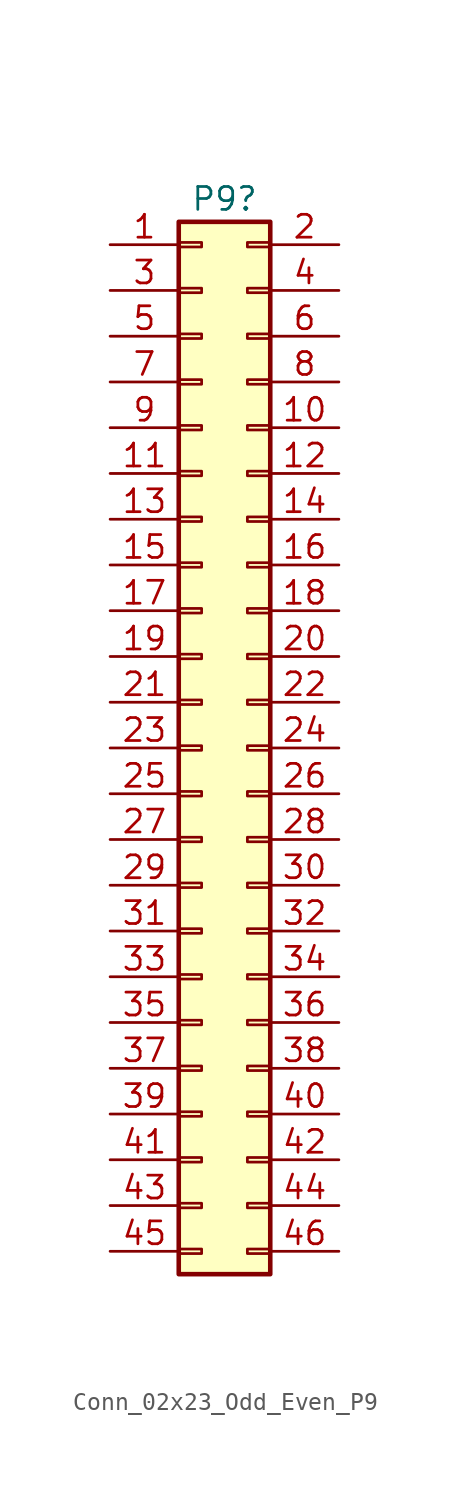
<source format=kicad_sym>
(kicad_symbol_lib
  (version 20241209)
  (generator "kicad_symbol_editor")
  (generator_version "9.0")
  (symbol "Conn_02x23_Odd_Even_P9"
    (pin_names
      (offset 1.016)
      (hide yes))
    (property "Reference" "P9"
      (at 1.27 30.48 0)
      (effects (font (size 1.27 1.27))))
    (property "Datasheet" ""
      (at 0 -21.59 0)
      (effects (font (size 1.524 1.524))))
    (symbol "Conn_02x23_Odd_Even_P9_1_1"
      (rectangle (start -1.27 29.21) (end 3.81 -29.21) (stroke (width 0.254) (type default)) (fill (type background)))
      (rectangle (start -1.27 28.067) (end 0 27.813) (stroke (width 0.152) (type default)) (fill (type none)))
      (rectangle (start -1.27 25.527) (end 0 25.273) (stroke (width 0.152) (type default)) (fill (type none)))
      (rectangle (start -1.27 22.987) (end 0 22.733) (stroke (width 0.152) (type default)) (fill (type none)))
      (rectangle (start -1.27 20.447) (end 0 20.193) (stroke (width 0.152) (type default)) (fill (type none)))
      (rectangle (start -1.27 17.907) (end 0 17.653) (stroke (width 0.152) (type default)) (fill (type none)))
      (rectangle (start -1.27 15.367) (end 0 15.113) (stroke (width 0.152) (type default)) (fill (type none)))
      (rectangle (start -1.27 12.827) (end 0 12.573) (stroke (width 0.152) (type default)) (fill (type none)))
      (rectangle (start -1.27 10.287) (end 0 10.033) (stroke (width 0.152) (type default)) (fill (type none)))
      (rectangle (start -1.27 7.747) (end 0 7.493) (stroke (width 0.152) (type default)) (fill (type none)))
      (rectangle (start -1.27 5.207) (end 0 4.953) (stroke (width 0.152) (type default)) (fill (type none)))
      (rectangle (start -1.27 2.667) (end 0 2.413) (stroke (width 0.152) (type default)) (fill (type none)))
      (rectangle (start -1.27 0.127) (end 0 -0.127) (stroke (width 0.152) (type default)) (fill (type none)))
      (rectangle (start -1.27 -2.413) (end 0 -2.667) (stroke (width 0.152) (type default)) (fill (type none)))
      (rectangle (start -1.27 -4.953) (end 0 -5.207) (stroke (width 0.152) (type default)) (fill (type none)))
      (rectangle (start -1.27 -7.493) (end 0 -7.747) (stroke (width 0.152) (type default)) (fill (type none)))
      (rectangle (start -1.27 -10.033) (end 0 -10.287) (stroke (width 0.152) (type default)) (fill (type none)))
      (rectangle (start -1.27 -12.573) (end 0 -12.827) (stroke (width 0.152) (type default)) (fill (type none)))
      (rectangle (start -1.27 -15.113) (end 0 -15.367) (stroke (width 0.152) (type default)) (fill (type none)))
      (rectangle (start -1.27 -17.653) (end 0 -17.907) (stroke (width 0.152) (type default)) (fill (type none)))
      (rectangle (start -1.27 -20.193) (end 0 -20.447) (stroke (width 0.152) (type default)) (fill (type none)))
      (rectangle (start -1.27 -22.733) (end 0 -22.987) (stroke (width 0.152) (type default)) (fill (type none)))
      (rectangle (start -1.27 -25.273) (end 0 -25.527) (stroke (width 0.152) (type default)) (fill (type none)))
      (rectangle (start -1.27 -27.813) (end 0 -28.067) (stroke (width 0.152) (type default)) (fill (type none)))
      (rectangle (start 3.81 28.067) (end 2.54 27.813) (stroke (width 0.152) (type default)) (fill (type none)))
      (rectangle (start 3.81 25.527) (end 2.54 25.273) (stroke (width 0.152) (type default)) (fill (type none)))
      (rectangle (start 3.81 22.987) (end 2.54 22.733) (stroke (width 0.152) (type default)) (fill (type none)))
      (rectangle (start 3.81 20.447) (end 2.54 20.193) (stroke (width 0.152) (type default)) (fill (type none)))
      (rectangle (start 3.81 17.907) (end 2.54 17.653) (stroke (width 0.152) (type default)) (fill (type none)))
      (rectangle (start 3.81 15.367) (end 2.54 15.113) (stroke (width 0.152) (type default)) (fill (type none)))
      (rectangle (start 3.81 12.827) (end 2.54 12.573) (stroke (width 0.152) (type default)) (fill (type none)))
      (rectangle (start 3.81 10.287) (end 2.54 10.033) (stroke (width 0.152) (type default)) (fill (type none)))
      (rectangle (start 3.81 7.747) (end 2.54 7.493) (stroke (width 0.152) (type default)) (fill (type none)))
      (rectangle (start 3.81 5.207) (end 2.54 4.953) (stroke (width 0.152) (type default)) (fill (type none)))
      (rectangle (start 3.81 2.667) (end 2.54 2.413) (stroke (width 0.152) (type default)) (fill (type none)))
      (rectangle (start 3.81 0.127) (end 2.54 -0.127) (stroke (width 0.152) (type default)) (fill (type none)))
      (rectangle (start 3.81 -2.413) (end 2.54 -2.667) (stroke (width 0.152) (type default)) (fill (type none)))
      (rectangle (start 3.81 -4.953) (end 2.54 -5.207) (stroke (width 0.152) (type default)) (fill (type none)))
      (rectangle (start 3.81 -7.493) (end 2.54 -7.747) (stroke (width 0.152) (type default)) (fill (type none)))
      (rectangle (start 3.81 -10.033) (end 2.54 -10.287) (stroke (width 0.152) (type default)) (fill (type none)))
      (rectangle (start 3.81 -12.573) (end 2.54 -12.827) (stroke (width 0.152) (type default)) (fill (type none)))
      (rectangle (start 3.81 -15.113) (end 2.54 -15.367) (stroke (width 0.152) (type default)) (fill (type none)))
      (rectangle (start 3.81 -17.653) (end 2.54 -17.907) (stroke (width 0.152) (type default)) (fill (type none)))
      (rectangle (start 3.81 -20.193) (end 2.54 -20.447) (stroke (width 0.152) (type default)) (fill (type none)))
      (rectangle (start 3.81 -22.733) (end 2.54 -22.987) (stroke (width 0.152) (type default)) (fill (type none)))
      (rectangle (start 3.81 -25.273) (end 2.54 -25.527) (stroke (width 0.152) (type default)) (fill (type none)))
      (rectangle (start 3.81 -27.813) (end 2.54 -28.067) (stroke (width 0.152) (type default)) (fill (type none)))
      (pin passive line (at -5.08 27.94 0) (length 3.81) (name "Pin_1" (effects (font (size 1.27 1.27)))) (number "1" (effects (font (size 1.27 1.27)))))
      (pin power_out line (at -5.08 25.4 0) (length 3.81) (name "Pin_3" (effects (font (size 1.27 1.27)))) (number "3" (effects (font (size 1.27 1.27)))))
      (pin power_out line (at -5.08 22.86 0) (length 3.81) (name "Pin_5" (effects (font (size 1.27 1.27)))) (number "5" (effects (font (size 1.27 1.27)))))
      (pin power_out line (at -5.08 20.32 0) (length 3.81) (name "Pin_7" (effects (font (size 1.27 1.27)))) (number "7" (effects (font (size 1.27 1.27)))))
      (pin passive line (at -5.08 17.78 0) (length 3.81) (name "Pin_9" (effects (font (size 1.27 1.27)))) (number "9" (effects (font (size 1.27 1.27)))))
      (pin passive line (at -5.08 15.24 0) (length 3.81) (name "Pin_11" (effects (font (size 1.27 1.27)))) (number "11" (effects (font (size 1.27 1.27)))))
      (pin passive line (at -5.08 12.7 0) (length 3.81) (name "Pin_13" (effects (font (size 1.27 1.27)))) (number "13" (effects (font (size 1.27 1.27)))))
      (pin passive line (at -5.08 10.16 0) (length 3.81) (name "Pin_15" (effects (font (size 1.27 1.27)))) (number "15" (effects (font (size 1.27 1.27)))))
      (pin passive line (at -5.08 7.62 0) (length 3.81) (name "Pin_17" (effects (font (size 1.27 1.27)))) (number "17" (effects (font (size 1.27 1.27)))))
      (pin passive line (at -5.08 5.08 0) (length 3.81) (name "Pin_19" (effects (font (size 1.27 1.27)))) (number "19" (effects (font (size 1.27 1.27)))))
      (pin passive line (at -5.08 2.54 0) (length 3.81) (name "Pin_21" (effects (font (size 1.27 1.27)))) (number "21" (effects (font (size 1.27 1.27)))))
      (pin passive line (at -5.08 0 0) (length 3.81) (name "Pin_23" (effects (font (size 1.27 1.27)))) (number "23" (effects (font (size 1.27 1.27)))))
      (pin passive line (at -5.08 -2.54 0) (length 3.81) (name "Pin_25" (effects (font (size 1.27 1.27)))) (number "25" (effects (font (size 1.27 1.27)))))
      (pin passive line (at -5.08 -5.08 0) (length 3.81) (name "Pin_27" (effects (font (size 1.27 1.27)))) (number "27" (effects (font (size 1.27 1.27)))))
      (pin passive line (at -5.08 -7.62 0) (length 3.81) (name "Pin_29" (effects (font (size 1.27 1.27)))) (number "29" (effects (font (size 1.27 1.27)))))
      (pin passive line (at -5.08 -10.16 0) (length 3.81) (name "Pin_31" (effects (font (size 1.27 1.27)))) (number "31" (effects (font (size 1.27 1.27)))))
      (pin passive line (at -5.08 -12.7 0) (length 3.81) (name "Pin_33" (effects (font (size 1.27 1.27)))) (number "33" (effects (font (size 1.27 1.27)))))
      (pin passive line (at -5.08 -15.24 0) (length 3.81) (name "Pin_35" (effects (font (size 1.27 1.27)))) (number "35" (effects (font (size 1.27 1.27)))))
      (pin passive line (at -5.08 -17.78 0) (length 3.81) (name "Pin_37" (effects (font (size 1.27 1.27)))) (number "37" (effects (font (size 1.27 1.27)))))
      (pin passive line (at -5.08 -20.32 0) (length 3.81) (name "Pin_39" (effects (font (size 1.27 1.27)))) (number "39" (effects (font (size 1.27 1.27)))))
      (pin passive line (at -5.08 -22.86 0) (length 3.81) (name "Pin_41" (effects (font (size 1.27 1.27)))) (number "41" (effects (font (size 1.27 1.27)))))
      (pin power_out line (at -5.08 -25.4 0) (length 3.81) (name "Pin_43" (effects (font (size 1.27 1.27)))) (number "43" (effects (font (size 1.27 1.27)))))
      (pin power_in line (at -5.08 -27.94 0) (length 3.81) (name "Pin_45" (effects (font (size 1.27 1.27)))) (number "45" (effects (font (size 1.27 1.27)))))
      (pin passive line (at 7.62 27.94 180) (length 3.81) (name "Pin_2" (effects (font (size 1.27 1.27)))) (number "2" (effects (font (size 1.27 1.27)))))
      (pin power_in line (at 7.62 25.4 180) (length 3.81) (name "Pin_4" (effects (font (size 1.27 1.27)))) (number "4" (effects (font (size 1.27 1.27)))))
      (pin power_in line (at 7.62 22.86 180) (length 3.81) (name "Pin_6" (effects (font (size 1.27 1.27)))) (number "6" (effects (font (size 1.27 1.27)))))
      (pin power_in line (at 7.62 20.32 180) (length 3.81) (name "Pin_8" (effects (font (size 1.27 1.27)))) (number "8" (effects (font (size 1.27 1.27)))))
      (pin passive line (at 7.62 17.78 180) (length 3.81) (name "Pin_10" (effects (font (size 1.27 1.27)))) (number "10" (effects (font (size 1.27 1.27)))))
      (pin passive line (at 7.62 15.24 180) (length 3.81) (name "Pin_12" (effects (font (size 1.27 1.27)))) (number "12" (effects (font (size 1.27 1.27)))))
      (pin passive line (at 7.62 12.7 180) (length 3.81) (name "Pin_14" (effects (font (size 1.27 1.27)))) (number "14" (effects (font (size 1.27 1.27)))))
      (pin passive line (at 7.62 10.16 180) (length 3.81) (name "Pin_16" (effects (font (size 1.27 1.27)))) (number "16" (effects (font (size 1.27 1.27)))))
      (pin passive line (at 7.62 7.62 180) (length 3.81) (name "Pin_18" (effects (font (size 1.27 1.27)))) (number "18" (effects (font (size 1.27 1.27)))))
      (pin passive line (at 7.62 5.08 180) (length 3.81) (name "Pin_20" (effects (font (size 1.27 1.27)))) (number "20" (effects (font (size 1.27 1.27)))))
      (pin passive line (at 7.62 2.54 180) (length 3.81) (name "Pin_22" (effects (font (size 1.27 1.27)))) (number "22" (effects (font (size 1.27 1.27)))))
      (pin passive line (at 7.62 0 180) (length 3.81) (name "Pin_24" (effects (font (size 1.27 1.27)))) (number "24" (effects (font (size 1.27 1.27)))))
      (pin passive line (at 7.62 -2.54 180) (length 3.81) (name "Pin_26" (effects (font (size 1.27 1.27)))) (number "26" (effects (font (size 1.27 1.27)))))
      (pin passive line (at 7.62 -5.08 180) (length 3.81) (name "Pin_28" (effects (font (size 1.27 1.27)))) (number "28" (effects (font (size 1.27 1.27)))))
      (pin passive line (at 7.62 -7.62 180) (length 3.81) (name "Pin_30" (effects (font (size 1.27 1.27)))) (number "30" (effects (font (size 1.27 1.27)))))
      (pin power_out line (at 7.62 -10.16 180) (length 3.81) (name "Pin_32" (effects (font (size 1.27 1.27)))) (number "32" (effects (font (size 1.27 1.27)))))
      (pin power_in line (at 7.62 -12.7 180) (length 3.81) (name "Pin_34" (effects (font (size 1.27 1.27)))) (number "34" (effects (font (size 1.27 1.27)))))
      (pin passive line (at 7.62 -15.24 180) (length 3.81) (name "Pin_36" (effects (font (size 1.27 1.27)))) (number "36" (effects (font (size 1.27 1.27)))))
      (pin passive line (at 7.62 -17.78 180) (length 3.81) (name "Pin_38" (effects (font (size 1.27 1.27)))) (number "38" (effects (font (size 1.27 1.27)))))
      (pin passive line (at 7.62 -20.32 180) (length 3.81) (name "Pin_40" (effects (font (size 1.27 1.27)))) (number "40" (effects (font (size 1.27 1.27)))))
      (pin passive line (at 7.62 -22.86 180) (length 3.81) (name "Pin_42" (effects (font (size 1.27 1.27)))) (number "42" (effects (font (size 1.27 1.27)))))
      (pin power_in line (at 7.62 -25.4 180) (length 3.81) (name "Pin_44" (effects (font (size 1.27 1.27)))) (number "44" (effects (font (size 1.27 1.27)))))
      (pin power_in line (at 7.62 -27.94 180) (length 3.81) (name "Pin_46" (effects (font (size 1.27 1.27)))) (number "46" (effects (font (size 1.27 1.27))))))))
</source>
